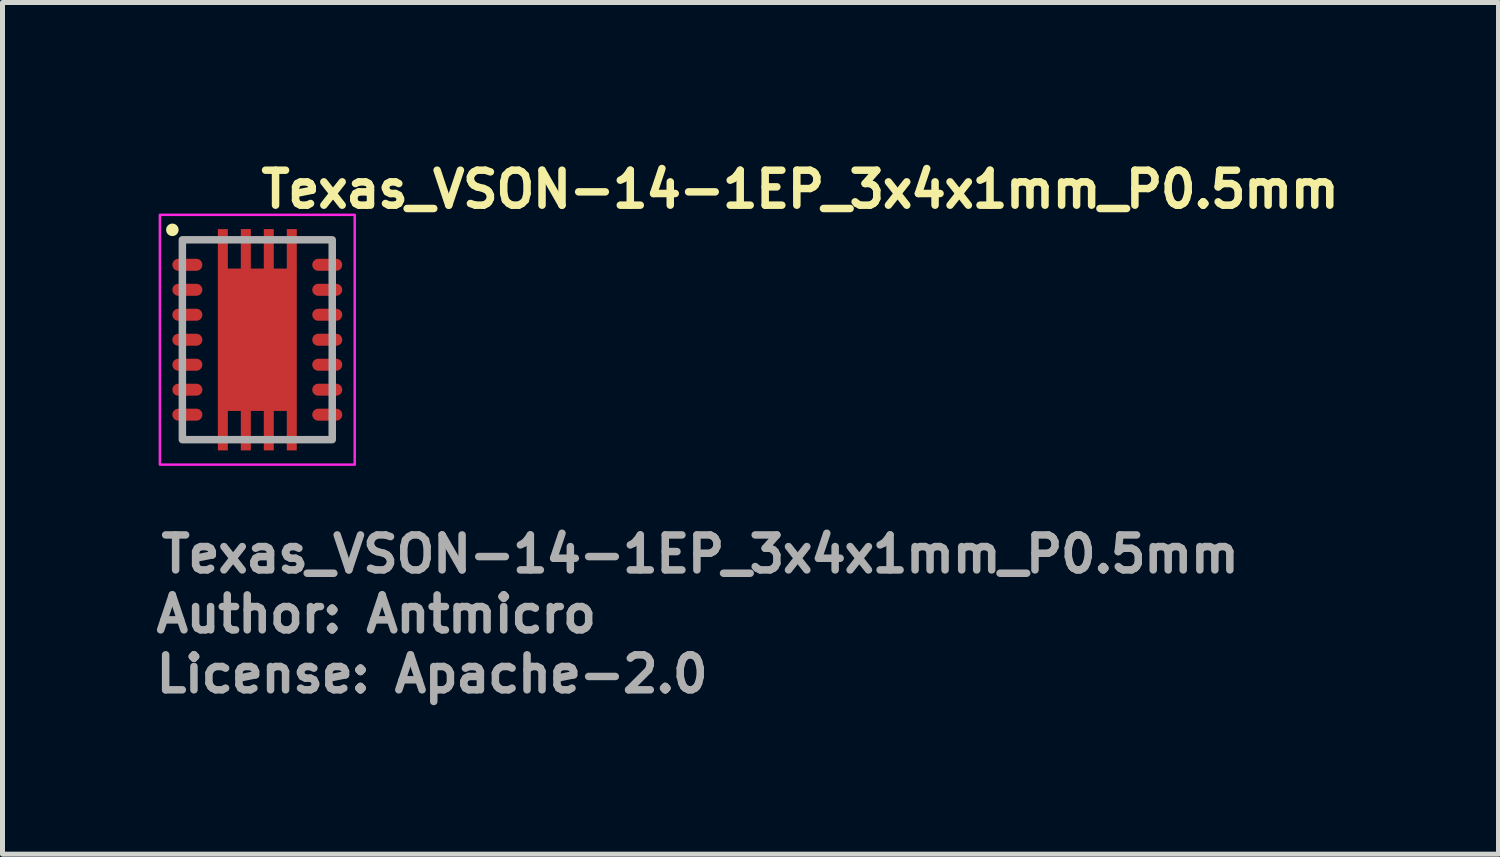
<source format=kicad_pcb>
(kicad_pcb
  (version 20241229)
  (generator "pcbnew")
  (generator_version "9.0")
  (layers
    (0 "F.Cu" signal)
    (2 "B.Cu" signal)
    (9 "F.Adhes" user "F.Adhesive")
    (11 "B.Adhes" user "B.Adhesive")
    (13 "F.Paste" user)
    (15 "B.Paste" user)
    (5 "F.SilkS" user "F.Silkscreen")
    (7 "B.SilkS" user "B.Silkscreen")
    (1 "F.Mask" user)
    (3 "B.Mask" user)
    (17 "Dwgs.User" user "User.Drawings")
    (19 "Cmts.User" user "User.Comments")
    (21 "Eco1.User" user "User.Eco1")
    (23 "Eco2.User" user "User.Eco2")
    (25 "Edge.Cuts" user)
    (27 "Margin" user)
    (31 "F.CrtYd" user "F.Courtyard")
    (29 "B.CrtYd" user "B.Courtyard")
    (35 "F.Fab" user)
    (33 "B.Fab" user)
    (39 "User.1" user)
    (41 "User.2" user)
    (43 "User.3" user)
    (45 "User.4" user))
  (footprint "Texas_VSON-14-1EP_3x4x1mm_P0.5mm"
    (layer "F.Cu")
    (at 2.1 3.75)
    (property "Reference" "Texas_VSON-14-1EP_3x4x1mm_P0.5mm" (at 0 -2.6 0) (layer "F.SilkS") (effects (font (size 0.7 0.7) (thickness 0.15)) (justify left bottom)))
    (attr smd)
    (fp_circle (center -1.7 -2.2) (end -1.7 -2.15) (stroke (width 0.15) (type solid)) (fill yes) (layer "F.SilkS"))
    (fp_rect (start -0.785 -1.42) (end -0.135 -0.105) (stroke (width 0.01) (type solid)) (fill yes) (layer "F.Paste"))
    (fp_rect (start -0.785 0.105) (end -0.135 1.42) (stroke (width 0.01) (type solid)) (fill yes) (layer "F.Paste"))
    (fp_rect (start 0.135 -1.42) (end 0.785 -0.105) (stroke (width 0.01) (type solid)) (fill yes) (layer "F.Paste"))
    (fp_rect (start 0.135 0.105) (end 0.785 1.42) (stroke (width 0.01) (type solid)) (fill yes) (layer "F.Paste"))
    (fp_rect (start 1.95 -2.5) (end -1.95 2.5) (stroke (width 0.05) (type solid)) (fill no) (layer "F.CrtYd"))
    (fp_rect (start 1.5 -2) (end -1.5 2) (stroke (width 0.15) (type solid)) (fill no) (layer "F.Fab"))
    (fp_rect (start 1.5 -2) (end -1.5 2) (stroke (width 0.1) (type solid)) (fill no) (layer "User.5"))
    (fp_line (start -1.5 -2) (end -1.5 2) (stroke (width 0.02) (type solid)) (layer "User.9"))
    (fp_line (start -1.5 2) (end 1.5 2) (stroke (width 0.02) (type solid)) (layer "User.9"))
    (fp_line (start 1.5 -2) (end -1.5 -2) (stroke (width 0.02) (type solid)) (layer "User.9"))
    (fp_line (start 1.5 2) (end 1.5 -2) (stroke (width 0.02) (type solid)) (layer "User.9"))
    (fp_text user "Author: Antmicro" (at -2.1 5.9 0) (layer "F.Fab") (effects (font (size 0.7 0.7) (thickness 0.15)) (justify left bottom)))
    (fp_text user "License: Apache-2.0" (at -2.1 7.1 0) (layer "F.Fab") (effects (font (size 0.7 0.7) (thickness 0.15)) (justify left bottom)))
    (fp_text user "${REFERENCE}" (at -2 4.7 0) (layer "F.Fab") (effects (font (size 0.7 0.7) (thickness 0.15)) (justify left bottom)))
    (pad "1" smd oval (at -1.4 -1.5 270) (size 0.24 0.6) (layers "F.Cu" "F.Mask" "F.Paste"))
    (pad "2" smd oval (at -1.4 -1 270) (size 0.24 0.6) (layers "F.Cu" "F.Mask" "F.Paste"))
    (pad "3" smd oval (at -1.4 -0.5 270) (size 0.24 0.6) (layers "F.Cu" "F.Mask" "F.Paste"))
    (pad "4" smd oval (at -1.4 0 270) (size 0.24 0.6) (layers "F.Cu" "F.Mask" "F.Paste"))
    (pad "5" smd oval (at -1.4 0.5 270) (size 0.24 0.6) (layers "F.Cu" "F.Mask" "F.Paste"))
    (pad "6" smd oval (at -1.4 1 270) (size 0.24 0.6) (layers "F.Cu" "F.Mask" "F.Paste"))
    (pad "7" smd oval (at -1.4 1.5 270) (size 0.24 0.6) (layers "F.Cu" "F.Mask" "F.Paste"))
    (pad "8" smd oval (at 1.4 1.5 270) (size 0.24 0.6) (layers "F.Cu" "F.Mask" "F.Paste"))
    (pad "9" smd oval (at 1.4 1 270) (size 0.24 0.6) (layers "F.Cu" "F.Mask" "F.Paste"))
    (pad "10" smd oval (at 1.4 0.5 270) (size 0.24 0.6) (layers "F.Cu" "F.Mask" "F.Paste"))
    (pad "11" smd oval (at 1.4 0 270) (size 0.24 0.6) (layers "F.Cu" "F.Mask" "F.Paste"))
    (pad "12" smd oval (at 1.4 -0.5 270) (size 0.24 0.6) (layers "F.Cu" "F.Mask" "F.Paste"))
    (pad "13" smd oval (at 1.4 -1 270) (size 0.24 0.6) (layers "F.Cu" "F.Mask" "F.Paste"))
    (pad "14" smd oval (at 1.4 -1.5 270) (size 0.24 0.6) (layers "F.Cu" "F.Mask" "F.Paste"))
    (pad "15" smd rect (at -0.69 -1.815) (size 0.2 0.8) (layers "F.Cu" "F.Mask" "F.Paste"))
    (pad "15" smd rect (at -0.69 1.815) (size 0.2 0.8) (layers "F.Cu" "F.Mask" "F.Paste"))
    (pad "15" smd rect (at -0.23 -1.815) (size 0.2 0.8) (layers "F.Cu" "F.Mask" "F.Paste"))
    (pad "15" smd rect (at -0.23 1.815) (size 0.2 0.8) (layers "F.Cu" "F.Mask" "F.Paste"))
    (pad "15" smd rect (at 0 0) (size 1.58 2.85) (layers "F.Cu" "F.Mask"))
    (pad "15" smd rect (at 0.23 -1.815) (size 0.2 0.8) (layers "F.Cu" "F.Mask" "F.Paste"))
    (pad "15" smd rect (at 0.23 1.815) (size 0.2 0.8) (layers "F.Cu" "F.Mask" "F.Paste"))
    (pad "15" smd rect (at 0.69 -1.815) (size 0.2 0.8) (layers "F.Cu" "F.Mask" "F.Paste"))
    (pad "15" smd rect (at 0.69 1.815) (size 0.2 0.8) (layers "F.Cu" "F.Mask" "F.Paste")))
  (gr_rect
    (start -3 -3)
    (end 26.943 14.046)
    (stroke (width 0.1) (type default))
    (fill no)
    (layer "Edge.Cuts")))
</source>
